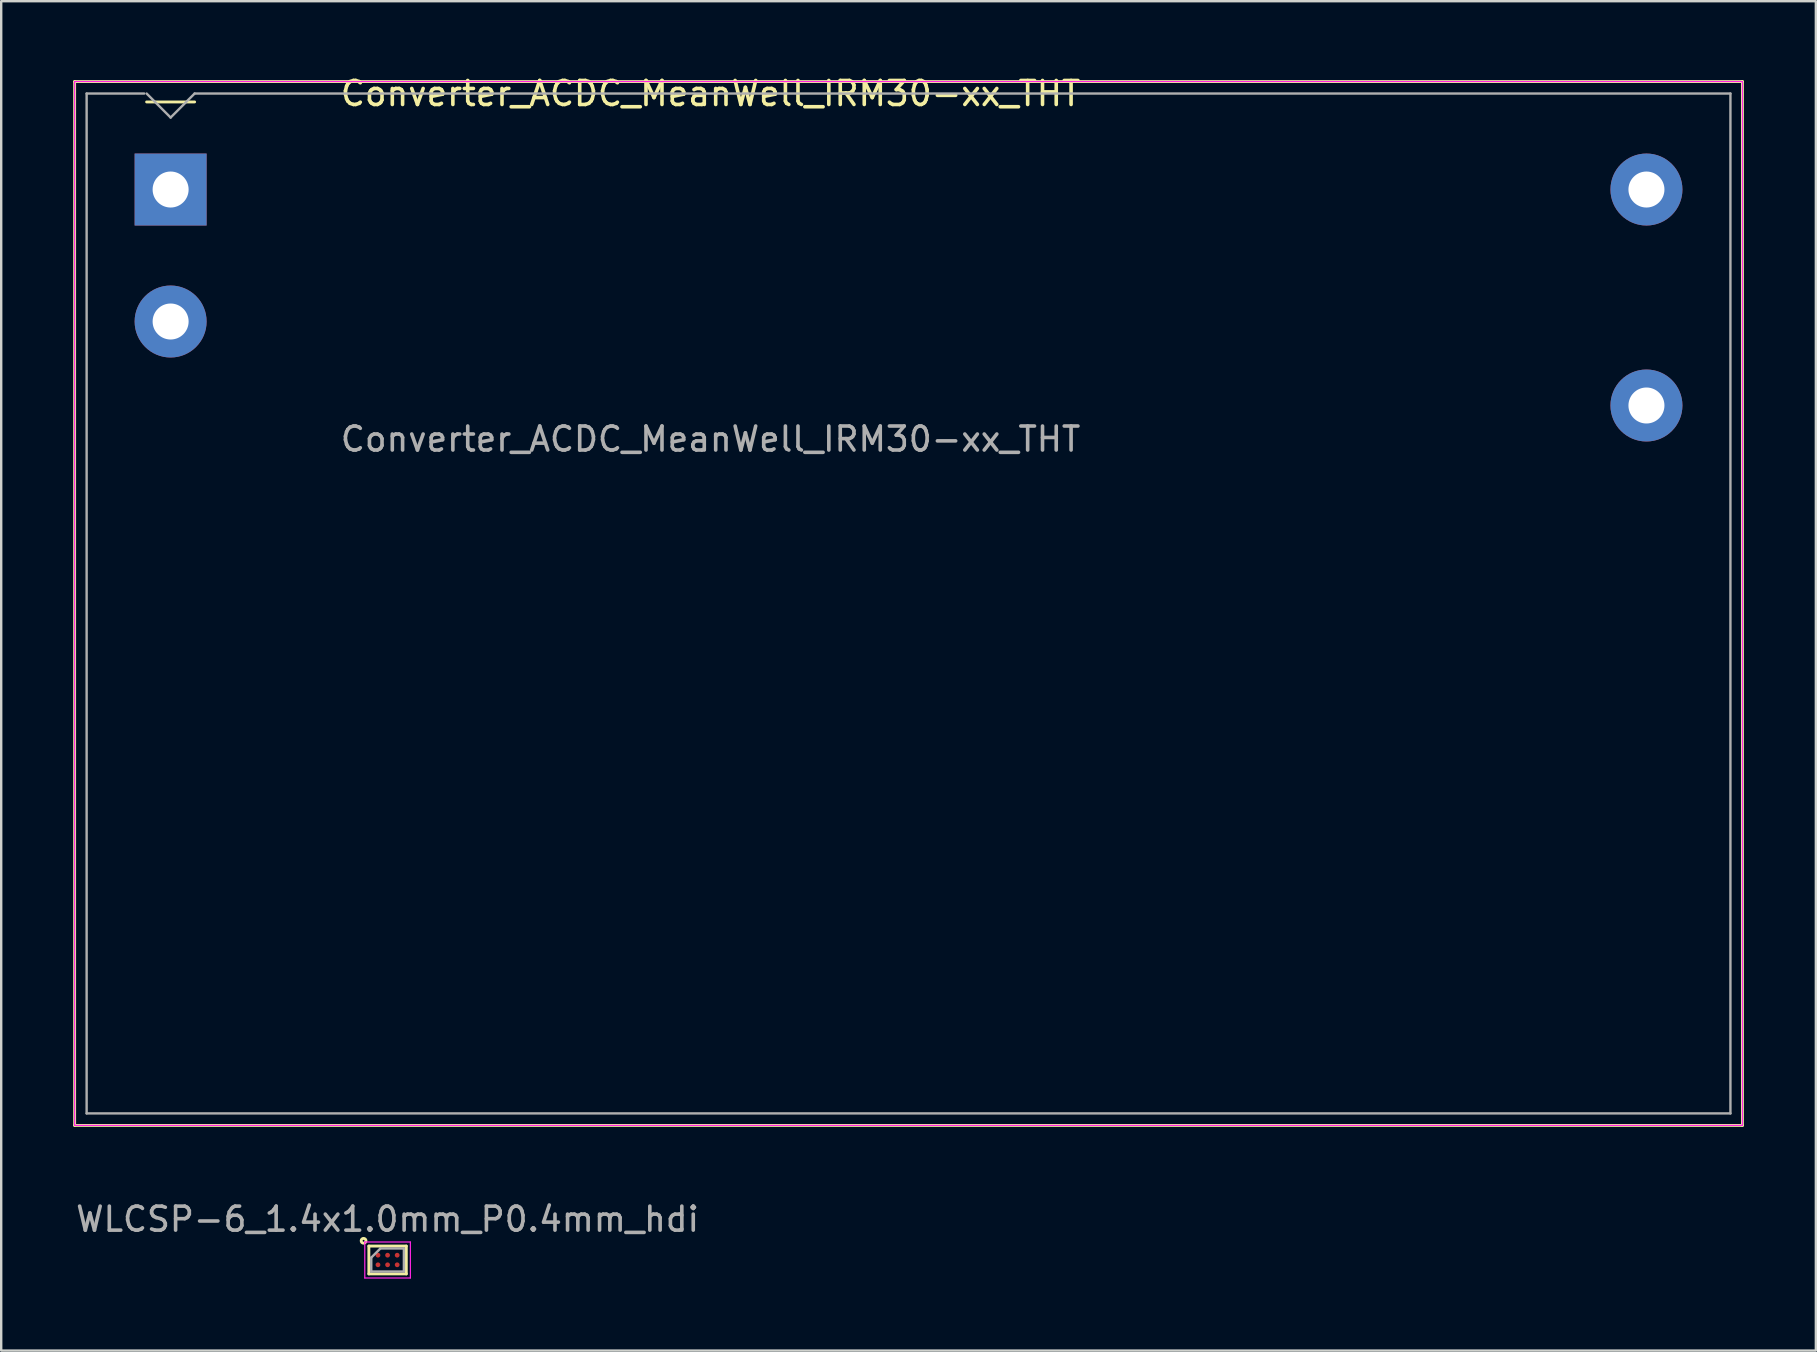
<source format=kicad_pcb>
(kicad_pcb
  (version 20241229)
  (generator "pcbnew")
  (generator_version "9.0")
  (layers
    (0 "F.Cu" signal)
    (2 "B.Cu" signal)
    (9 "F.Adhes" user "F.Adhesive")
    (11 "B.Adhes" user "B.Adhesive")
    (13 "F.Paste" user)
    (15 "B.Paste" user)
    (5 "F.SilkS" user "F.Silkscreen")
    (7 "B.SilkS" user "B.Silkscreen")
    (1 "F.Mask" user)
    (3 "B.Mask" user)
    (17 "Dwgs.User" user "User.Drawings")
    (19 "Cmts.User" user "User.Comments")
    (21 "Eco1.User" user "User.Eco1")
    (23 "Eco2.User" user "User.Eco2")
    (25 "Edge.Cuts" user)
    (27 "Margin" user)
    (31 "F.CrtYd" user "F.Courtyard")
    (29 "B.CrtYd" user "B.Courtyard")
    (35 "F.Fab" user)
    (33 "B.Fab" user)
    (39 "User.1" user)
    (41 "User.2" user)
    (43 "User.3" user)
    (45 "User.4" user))
  (footprint "WLCSP-6_1.4x1.0mm_P0.4mm_hdi"
    (layer "F.Cu")
    (at 13.101 49.456)
    (property "Reference" "WLCSP-6_1.4x1.0mm_P0.4mm_hdi" (at 0 -1.7 0) (layer "F.SilkS") (effects (font (size 0.001 0.001) (thickness 0.15))))
    (attr smd)
    (fp_line (start -0.78 -0.58) (end 0.78 -0.58) (stroke (width 0.12) (type solid)) (layer "F.SilkS"))
    (fp_line (start -0.78 0.58) (end -0.78 -0.58) (stroke (width 0.12) (type solid)) (layer "F.SilkS"))
    (fp_line (start 0.78 -0.58) (end 0.78 0.58) (stroke (width 0.12) (type solid)) (layer "F.SilkS"))
    (fp_line (start 0.78 0.58) (end -0.78 0.58) (stroke (width 0.12) (type solid)) (layer "F.SilkS"))
    (fp_circle (center -1 -0.8) (end -0.9 -0.8) (stroke (width 0.12) (type solid)) (fill no) (layer "F.SilkS"))
    (fp_line (start -0.95 -0.75) (end 0.95 -0.75) (stroke (width 0.05) (type solid)) (layer "F.CrtYd"))
    (fp_line (start -0.95 0.75) (end -0.95 -0.75) (stroke (width 0.05) (type solid)) (layer "F.CrtYd"))
    (fp_line (start 0.95 -0.75) (end 0.95 0.75) (stroke (width 0.05) (type solid)) (layer "F.CrtYd"))
    (fp_line (start 0.95 0.75) (end -0.95 0.75) (stroke (width 0.05) (type solid)) (layer "F.CrtYd"))
    (fp_line (start -0.68 -0.1) (end -0.3 -0.48) (stroke (width 0.1) (type solid)) (layer "F.Fab"))
    (fp_line (start -0.68 0.48) (end -0.68 -0.1) (stroke (width 0.1) (type solid)) (layer "F.Fab"))
    (fp_line (start -0.3 -0.48) (end 0.68 -0.48) (stroke (width 0.1) (type solid)) (layer "F.Fab"))
    (fp_line (start 0.68 -0.48) (end 0.68 0.48) (stroke (width 0.1) (type solid)) (layer "F.Fab"))
    (fp_line (start 0.68 0.48) (end -0.68 0.48) (stroke (width 0.1) (type solid)) (layer "F.Fab"))
    (fp_text user "${REFERENCE}" (at 0 -1.7 0) (layer "F.Fab") (effects (font (size 1 1) (thickness 0.15))))
    (pad "A1" smd circle (at -0.4 -0.2 90) (size 0.2 0.2) (layers "F.Cu" "F.Mask" "F.Paste"))
    (pad "A2" smd circle (at -0.4 0.2 90) (size 0.2 0.2) (layers "F.Cu" "F.Mask" "F.Paste"))
    (pad "B1" smd circle (at 0 -0.2 90) (size 0.2 0.2) (layers "F.Cu" "F.Mask" "F.Paste"))
    (pad "B2" smd circle (at 0 0.2 90) (size 0.2 0.2) (layers "F.Cu" "F.Mask" "F.Paste"))
    (pad "C1" smd circle (at 0.4 -0.2 90) (size 0.2 0.2) (layers "F.Cu" "F.Mask" "F.Paste"))
    (pad "C2" smd circle (at 0.4 0.2 90) (size 0.2 0.2) (layers "F.Cu" "F.Mask" "F.Paste")))
  (footprint "Converter_ACDC_MeanWell_IRM30-xx_THT"
    (layer "F.Cu")
    (at 4.06 4.848)
    (property "Reference" "Converter_ACDC_MeanWell_IRM30-xx_THT" (at 22.5 -4 0) (layer "F.SilkS") (effects (font (size 1 1) (thickness 0.15))))
    (attr through_hole)
    (fp_line (start -4 -4.5) (end -4 39) (stroke (width 0.12) (type solid)) (layer "F.SilkS"))
    (fp_line (start -4 -4.5) (end 65.5 -4.5) (stroke (width 0.12) (type solid)) (layer "F.SilkS"))
    (fp_line (start -4 39) (end 65.5 39) (stroke (width 0.12) (type solid)) (layer "F.SilkS"))
    (fp_line (start 1 -3.65) (end -1 -3.65) (stroke (width 0.12) (type solid)) (layer "F.SilkS"))
    (fp_line (start 65.5 -4.5) (end 65.5 39) (stroke (width 0.12) (type solid)) (layer "F.SilkS"))
    (fp_line (start -4 -4.5) (end -4 39) (stroke (width 0.05) (type solid)) (layer "F.CrtYd"))
    (fp_line (start -4 -4.5) (end 65.5 -4.5) (stroke (width 0.05) (type solid)) (layer "F.CrtYd"))
    (fp_line (start -4 39) (end 65.5 39) (stroke (width 0.05) (type solid)) (layer "F.CrtYd"))
    (fp_line (start 65.5 -4.5) (end 65.5 39) (stroke (width 0.05) (type solid)) (layer "F.CrtYd"))
    (fp_line (start -3.5 -4) (end -3.5 38.5) (stroke (width 0.1) (type solid)) (layer "F.Fab"))
    (fp_line (start -3.5 38.5) (end 65 38.5) (stroke (width 0.1) (type solid)) (layer "F.Fab"))
    (fp_line (start -1.1 -4) (end -3.5 -4) (stroke (width 0.1) (type solid)) (layer "F.Fab"))
    (fp_line (start 0 -3) (end -1 -4) (stroke (width 0.1) (type solid)) (layer "F.Fab"))
    (fp_line (start 1 -4) (end 0 -3) (stroke (width 0.1) (type solid)) (layer "F.Fab"))
    (fp_line (start 65 -4) (end 1 -4) (stroke (width 0.1) (type solid)) (layer "F.Fab"))
    (fp_line (start 65 -4) (end 65 38.5) (stroke (width 0.1) (type solid)) (layer "F.Fab"))
    (fp_text user "${REFERENCE}" (at 22.5 10.4 0) (layer "F.Fab") (effects (font (size 1 1) (thickness 0.15))))
    (pad "1" thru_hole rect (at 0 0) (size 3 3) (drill 1.5) (layers "*.Cu" "*.Mask"))
    (pad "2" thru_hole circle (at 0 5.5) (size 3 3) (drill 1.5) (layers "*.Cu" "*.Mask"))
    (pad "3" thru_hole circle (at 61.5 0) (size 3 3) (drill 1.5) (layers "*.Cu" "*.Mask"))
    (pad "4" thru_hole circle (at 61.5 9) (size 3 3) (drill 1.5) (layers "*.Cu" "*.Mask")))
  (gr_rect
    (start -3 -3)
    (end 72.62 53.231)
    (stroke (width 0.1) (type default))
    (fill no)
    (layer "Edge.Cuts")))
</source>
